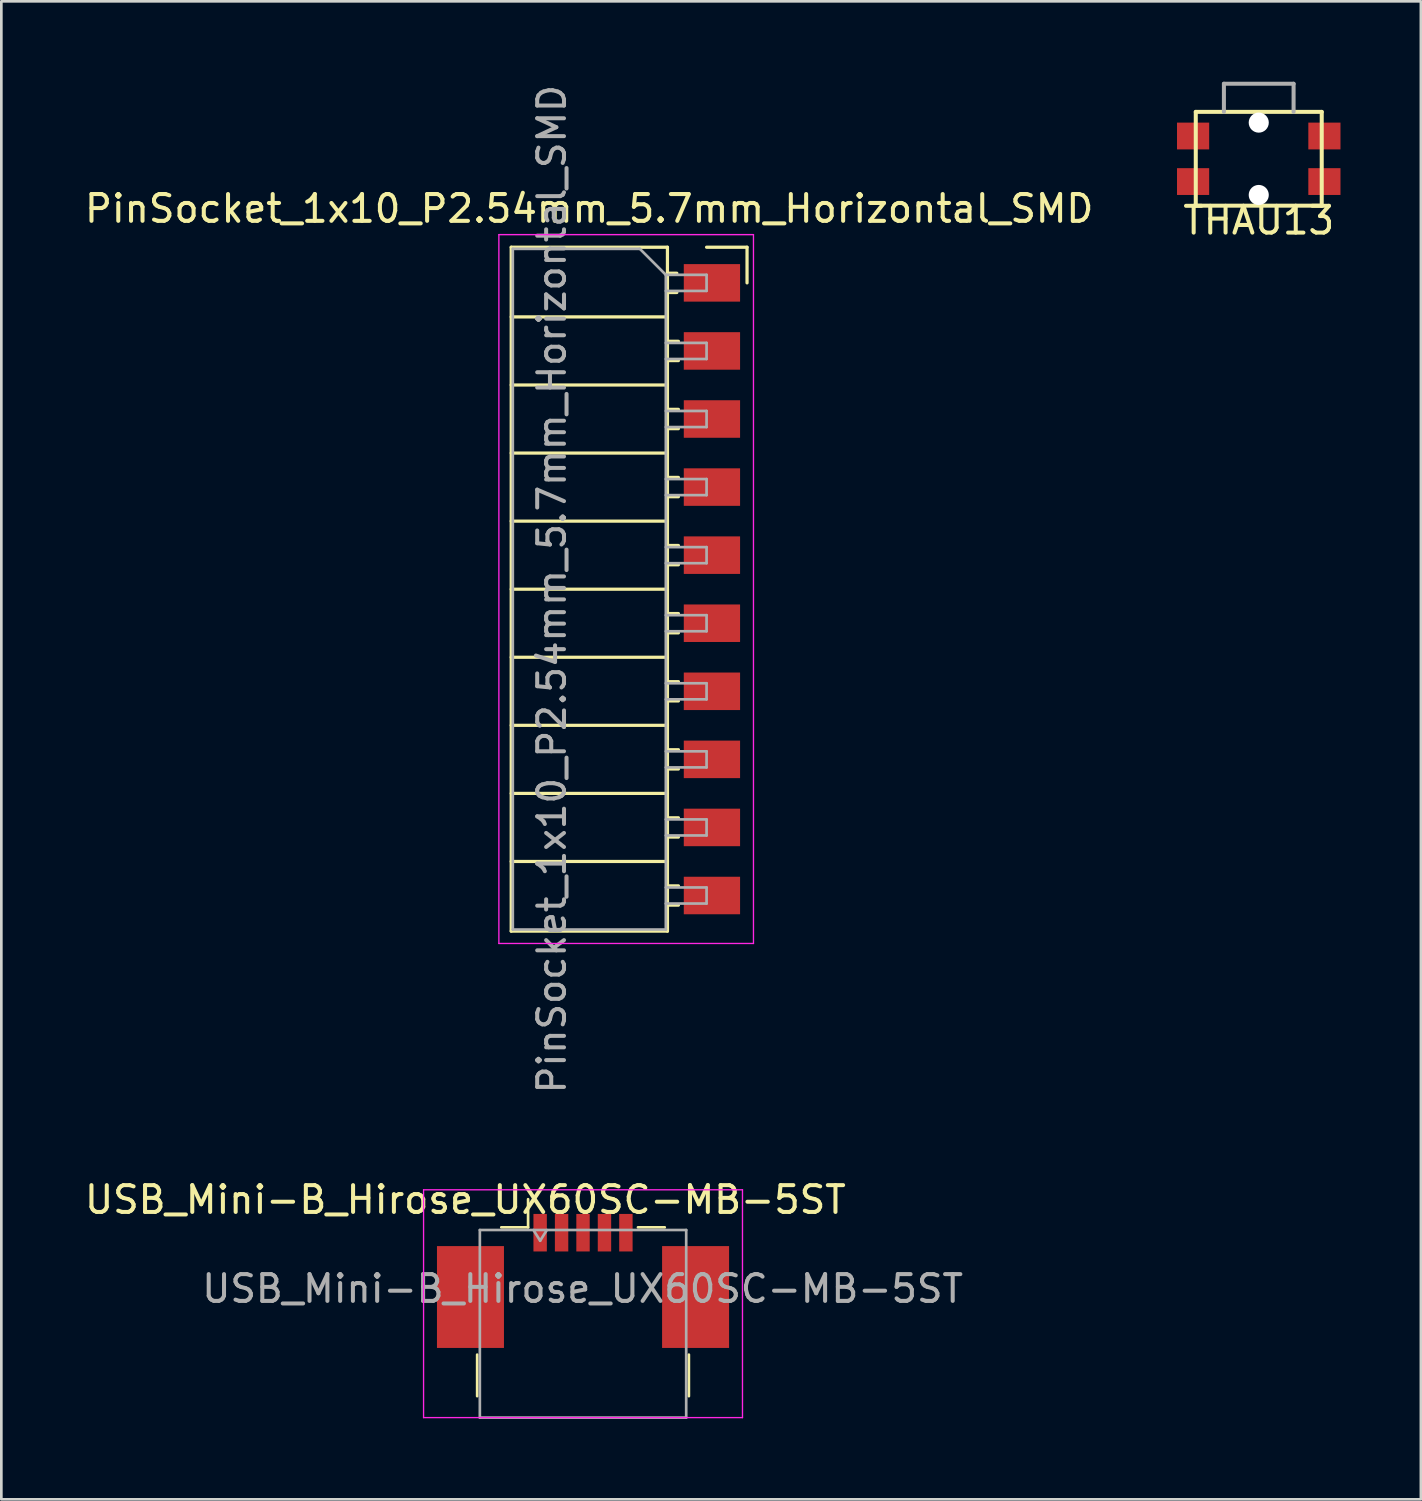
<source format=kicad_pcb>
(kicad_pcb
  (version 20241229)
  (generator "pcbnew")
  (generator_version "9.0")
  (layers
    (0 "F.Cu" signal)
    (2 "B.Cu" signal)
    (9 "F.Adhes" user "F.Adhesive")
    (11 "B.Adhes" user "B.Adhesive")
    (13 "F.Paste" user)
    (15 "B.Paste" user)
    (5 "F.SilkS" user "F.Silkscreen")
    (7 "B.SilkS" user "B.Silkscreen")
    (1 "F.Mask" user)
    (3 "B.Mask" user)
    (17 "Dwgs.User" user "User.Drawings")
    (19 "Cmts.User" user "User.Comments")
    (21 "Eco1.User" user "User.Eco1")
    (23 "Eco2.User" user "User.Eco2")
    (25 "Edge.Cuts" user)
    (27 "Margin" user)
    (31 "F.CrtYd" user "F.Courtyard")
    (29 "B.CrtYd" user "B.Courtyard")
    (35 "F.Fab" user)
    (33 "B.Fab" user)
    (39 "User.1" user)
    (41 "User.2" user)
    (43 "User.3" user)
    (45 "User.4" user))
  (footprint "USB_Mini-B_Hirose_UX60SC-MB-5ST"
    (layer "F.Cu")
    (at 18.705 42.947)
    (property "Reference" "USB_Mini-B_Hirose_UX60SC-MB-5ST" (at -4.39 -1.23 0) (layer "F.SilkS") (effects (font (size 1 1) (thickness 0.15))))
    (attr smd)
    (fp_line (start -3.95 4.55) (end -3.95 6.1) (stroke (width 0.1) (type solid)) (layer "F.SilkS"))
    (fp_line (start -2.05 -1.25) (end -2.05 -0.2) (stroke (width 0.1) (type solid)) (layer "F.SilkS"))
    (fp_line (start -2.05 -0.2) (end -3.05 -0.2) (stroke (width 0.1) (type solid)) (layer "F.SilkS"))
    (fp_line (start 2.05 -0.2) (end 3.05 -0.2) (stroke (width 0.1) (type solid)) (layer "F.SilkS"))
    (fp_line (start 3.95 6.1) (end 3.95 4.55) (stroke (width 0.1) (type solid)) (layer "F.SilkS"))
    (fp_line (start -5.95 -1.6) (end 5.95 -1.6) (stroke (width 0.05) (type solid)) (layer "F.CrtYd"))
    (fp_line (start -5.95 6.9) (end -5.95 -1.6) (stroke (width 0.05) (type solid)) (layer "F.CrtYd"))
    (fp_line (start 5.95 -1.6) (end 5.95 6.9) (stroke (width 0.05) (type solid)) (layer "F.CrtYd"))
    (fp_line (start 5.95 6.9) (end -5.95 6.9) (stroke (width 0.05) (type solid)) (layer "F.CrtYd"))
    (fp_line (start -3.85 -0.1) (end -3.85 6.9) (stroke (width 0.1) (type solid)) (layer "F.Fab"))
    (fp_line (start -3.85 6.9) (end 3.85 6.9) (stroke (width 0.1) (type solid)) (layer "F.Fab"))
    (fp_line (start -1.6 0.3) (end -1.85 -0.1) (stroke (width 0.1) (type solid)) (layer "F.Fab"))
    (fp_line (start -1.35 -0.1) (end -1.6 0.3) (stroke (width 0.1) (type solid)) (layer "F.Fab"))
    (fp_line (start 3.85 -0.1) (end -3.85 -0.1) (stroke (width 0.1) (type solid)) (layer "F.Fab"))
    (fp_line (start 3.85 6.9) (end 3.85 -0.1) (stroke (width 0.1) (type solid)) (layer "F.Fab"))
    (fp_text user "${REFERENCE}" (at -0.015 2.09 0) (layer "F.Fab") (effects (font (size 1 1) (thickness 0.15))))
    (pad "1" smd rect (at -1.6 0) (size 0.5 1.4) (layers "F.Cu" "F.Mask" "F.Paste"))
    (pad "2" smd rect (at -0.8 0) (size 0.5 1.4) (layers "F.Cu" "F.Mask" "F.Paste"))
    (pad "3" smd rect (at 0 0) (size 0.5 1.4) (layers "F.Cu" "F.Mask" "F.Paste"))
    (pad "4" smd rect (at 0.8 0) (size 0.5 1.4) (layers "F.Cu" "F.Mask" "F.Paste"))
    (pad "5" smd rect (at 1.6 0) (size 0.5 1.4) (layers "F.Cu" "F.Mask" "F.Paste"))
    (pad "6" smd rect (at -4.2 2.4) (size 2.5 3.8) (layers "F.Cu" "F.Mask" "F.Paste"))
    (pad "6" smd rect (at 4.2 2.4) (size 2.5 3.8) (layers "F.Cu" "F.Mask" "F.Paste")))
  (footprint "PinSocket_1x10_P2.54mm_5.7mm_Horizontal_SMD"
    (layer "F.Cu")
    (at 23.315 7.505)
    (property "Reference" "PinSocket_1x10_P2.54mm_5.7mm_Horizontal_SMD" (at -4.38 -2.77 0) (layer "F.SilkS") (effects (font (size 1 1) (thickness 0.15))))
    (attr through_hole)
    (fp_line (start -7.29 -1.33) (end -7.29 24.19) (stroke (width 0.12) (type solid)) (layer "F.SilkS"))
    (fp_line (start -7.29 -1.33) (end -1.46 -1.33) (stroke (width 0.12) (type solid)) (layer "F.SilkS"))
    (fp_line (start -7.29 1.27) (end -1.46 1.27) (stroke (width 0.12) (type solid)) (layer "F.SilkS"))
    (fp_line (start -7.29 3.81) (end -1.46 3.81) (stroke (width 0.12) (type solid)) (layer "F.SilkS"))
    (fp_line (start -7.29 6.35) (end -1.46 6.35) (stroke (width 0.12) (type solid)) (layer "F.SilkS"))
    (fp_line (start -7.29 8.89) (end -1.46 8.89) (stroke (width 0.12) (type solid)) (layer "F.SilkS"))
    (fp_line (start -7.29 11.43) (end -1.46 11.43) (stroke (width 0.12) (type solid)) (layer "F.SilkS"))
    (fp_line (start -7.29 13.97) (end -1.46 13.97) (stroke (width 0.12) (type solid)) (layer "F.SilkS"))
    (fp_line (start -7.29 16.51) (end -1.46 16.51) (stroke (width 0.12) (type solid)) (layer "F.SilkS"))
    (fp_line (start -7.29 19.05) (end -1.46 19.05) (stroke (width 0.12) (type solid)) (layer "F.SilkS"))
    (fp_line (start -7.29 21.59) (end -1.46 21.59) (stroke (width 0.12) (type solid)) (layer "F.SilkS"))
    (fp_line (start -7.29 24.19) (end -1.46 24.19) (stroke (width 0.12) (type solid)) (layer "F.SilkS"))
    (fp_line (start -1.46 -1.33) (end -1.46 24.19) (stroke (width 0.12) (type solid)) (layer "F.SilkS"))
    (fp_line (start -1.46 -0.36) (end -1.11 -0.36) (stroke (width 0.12) (type solid)) (layer "F.SilkS"))
    (fp_line (start -1.46 0.36) (end -1.11 0.36) (stroke (width 0.12) (type solid)) (layer "F.SilkS"))
    (fp_line (start -1.46 2.18) (end -1.05 2.18) (stroke (width 0.12) (type solid)) (layer "F.SilkS"))
    (fp_line (start -1.46 2.9) (end -1.05 2.9) (stroke (width 0.12) (type solid)) (layer "F.SilkS"))
    (fp_line (start -1.46 4.72) (end -1.05 4.72) (stroke (width 0.12) (type solid)) (layer "F.SilkS"))
    (fp_line (start -1.46 5.44) (end -1.05 5.44) (stroke (width 0.12) (type solid)) (layer "F.SilkS"))
    (fp_line (start -1.46 7.26) (end -1.05 7.26) (stroke (width 0.12) (type solid)) (layer "F.SilkS"))
    (fp_line (start -1.46 7.98) (end -1.05 7.98) (stroke (width 0.12) (type solid)) (layer "F.SilkS"))
    (fp_line (start -1.46 9.8) (end -1.05 9.8) (stroke (width 0.12) (type solid)) (layer "F.SilkS"))
    (fp_line (start -1.46 10.52) (end -1.05 10.52) (stroke (width 0.12) (type solid)) (layer "F.SilkS"))
    (fp_line (start -1.46 12.34) (end -1.05 12.34) (stroke (width 0.12) (type solid)) (layer "F.SilkS"))
    (fp_line (start -1.46 13.06) (end -1.05 13.06) (stroke (width 0.12) (type solid)) (layer "F.SilkS"))
    (fp_line (start -1.46 14.88) (end -1.05 14.88) (stroke (width 0.12) (type solid)) (layer "F.SilkS"))
    (fp_line (start -1.46 15.6) (end -1.05 15.6) (stroke (width 0.12) (type solid)) (layer "F.SilkS"))
    (fp_line (start -1.46 17.42) (end -1.05 17.42) (stroke (width 0.12) (type solid)) (layer "F.SilkS"))
    (fp_line (start -1.46 18.14) (end -1.05 18.14) (stroke (width 0.12) (type solid)) (layer "F.SilkS"))
    (fp_line (start -1.46 19.96) (end -1.05 19.96) (stroke (width 0.12) (type solid)) (layer "F.SilkS"))
    (fp_line (start -1.46 20.68) (end -1.05 20.68) (stroke (width 0.12) (type solid)) (layer "F.SilkS"))
    (fp_line (start -1.46 22.5) (end -1.05 22.5) (stroke (width 0.12) (type solid)) (layer "F.SilkS"))
    (fp_line (start -1.46 23.22) (end -1.05 23.22) (stroke (width 0.12) (type solid)) (layer "F.SilkS"))
    (fp_line (start 0 -1.33) (end 1.51 -1.33) (stroke (width 0.12) (type solid)) (layer "F.SilkS"))
    (fp_line (start 1.51 -1.33) (end 1.51 0) (stroke (width 0.12) (type solid)) (layer "F.SilkS"))
    (fp_line (start -7.75 -1.8) (end -7.75 24.65) (stroke (width 0.05) (type solid)) (layer "F.CrtYd"))
    (fp_line (start -7.75 24.65) (end 1.75 24.65) (stroke (width 0.05) (type solid)) (layer "F.CrtYd"))
    (fp_line (start 1.75 -1.8) (end -7.75 -1.8) (stroke (width 0.05) (type solid)) (layer "F.CrtYd"))
    (fp_line (start 1.75 24.65) (end 1.75 -1.8) (stroke (width 0.05) (type solid)) (layer "F.CrtYd"))
    (fp_line (start -7.23 -1.27) (end -2.49 -1.27) (stroke (width 0.1) (type solid)) (layer "F.Fab"))
    (fp_line (start -7.23 24.13) (end -7.23 -1.27) (stroke (width 0.1) (type solid)) (layer "F.Fab"))
    (fp_line (start -2.49 -1.27) (end -1.52 -0.3) (stroke (width 0.1) (type solid)) (layer "F.Fab"))
    (fp_line (start -1.52 -0.3) (end -1.52 24.13) (stroke (width 0.1) (type solid)) (layer "F.Fab"))
    (fp_line (start -1.52 0.3) (end 0 0.3) (stroke (width 0.1) (type solid)) (layer "F.Fab"))
    (fp_line (start -1.52 2.84) (end 0 2.84) (stroke (width 0.1) (type solid)) (layer "F.Fab"))
    (fp_line (start -1.52 5.38) (end 0 5.38) (stroke (width 0.1) (type solid)) (layer "F.Fab"))
    (fp_line (start -1.52 7.92) (end 0 7.92) (stroke (width 0.1) (type solid)) (layer "F.Fab"))
    (fp_line (start -1.52 10.46) (end 0 10.46) (stroke (width 0.1) (type solid)) (layer "F.Fab"))
    (fp_line (start -1.52 13) (end 0 13) (stroke (width 0.1) (type solid)) (layer "F.Fab"))
    (fp_line (start -1.52 15.54) (end 0 15.54) (stroke (width 0.1) (type solid)) (layer "F.Fab"))
    (fp_line (start -1.52 18.08) (end 0 18.08) (stroke (width 0.1) (type solid)) (layer "F.Fab"))
    (fp_line (start -1.52 20.62) (end 0 20.62) (stroke (width 0.1) (type solid)) (layer "F.Fab"))
    (fp_line (start -1.52 23.16) (end 0 23.16) (stroke (width 0.1) (type solid)) (layer "F.Fab"))
    (fp_line (start -1.52 24.13) (end -7.23 24.13) (stroke (width 0.1) (type solid)) (layer "F.Fab"))
    (fp_line (start 0 -0.3) (end -1.52 -0.3) (stroke (width 0.1) (type solid)) (layer "F.Fab"))
    (fp_line (start 0 0.3) (end 0 -0.3) (stroke (width 0.1) (type solid)) (layer "F.Fab"))
    (fp_line (start 0 2.24) (end -1.52 2.24) (stroke (width 0.1) (type solid)) (layer "F.Fab"))
    (fp_line (start 0 2.84) (end 0 2.24) (stroke (width 0.1) (type solid)) (layer "F.Fab"))
    (fp_line (start 0 4.78) (end -1.52 4.78) (stroke (width 0.1) (type solid)) (layer "F.Fab"))
    (fp_line (start 0 5.38) (end 0 4.78) (stroke (width 0.1) (type solid)) (layer "F.Fab"))
    (fp_line (start 0 7.32) (end -1.52 7.32) (stroke (width 0.1) (type solid)) (layer "F.Fab"))
    (fp_line (start 0 7.92) (end 0 7.32) (stroke (width 0.1) (type solid)) (layer "F.Fab"))
    (fp_line (start 0 9.86) (end -1.52 9.86) (stroke (width 0.1) (type solid)) (layer "F.Fab"))
    (fp_line (start 0 10.46) (end 0 9.86) (stroke (width 0.1) (type solid)) (layer "F.Fab"))
    (fp_line (start 0 12.4) (end -1.52 12.4) (stroke (width 0.1) (type solid)) (layer "F.Fab"))
    (fp_line (start 0 13) (end 0 12.4) (stroke (width 0.1) (type solid)) (layer "F.Fab"))
    (fp_line (start 0 14.94) (end -1.52 14.94) (stroke (width 0.1) (type solid)) (layer "F.Fab"))
    (fp_line (start 0 15.54) (end 0 14.94) (stroke (width 0.1) (type solid)) (layer "F.Fab"))
    (fp_line (start 0 17.48) (end -1.52 17.48) (stroke (width 0.1) (type solid)) (layer "F.Fab"))
    (fp_line (start 0 18.08) (end 0 17.48) (stroke (width 0.1) (type solid)) (layer "F.Fab"))
    (fp_line (start 0 20.02) (end -1.52 20.02) (stroke (width 0.1) (type solid)) (layer "F.Fab"))
    (fp_line (start 0 20.62) (end 0 20.02) (stroke (width 0.1) (type solid)) (layer "F.Fab"))
    (fp_line (start 0 22.56) (end -1.52 22.56) (stroke (width 0.1) (type solid)) (layer "F.Fab"))
    (fp_line (start 0 23.16) (end 0 22.56) (stroke (width 0.1) (type solid)) (layer "F.Fab"))
    (fp_text user "${REFERENCE}" (at -5.775 11.43 90) (layer "F.Fab") (effects (font (size 1 1) (thickness 0.15))))
    (pad "1" smd rect (at 0.2 0) (size 2.1 1.4) (layers "F.Cu" "F.Mask" "F.Paste"))
    (pad "2" smd rect (at 0.2 2.54) (size 2.1 1.4) (layers "F.Cu" "F.Mask" "F.Paste"))
    (pad "3" smd rect (at 0.2 5.08) (size 2.1 1.4) (layers "F.Cu" "F.Mask" "F.Paste"))
    (pad "4" smd rect (at 0.2 7.62) (size 2.1 1.4) (layers "F.Cu" "F.Mask" "F.Paste"))
    (pad "5" smd rect (at 0.2 10.16) (size 2.1 1.4) (layers "F.Cu" "F.Mask" "F.Paste"))
    (pad "6" smd rect (at 0.2 12.7) (size 2.1 1.4) (layers "F.Cu" "F.Mask" "F.Paste"))
    (pad "7" smd rect (at 0.2 15.24) (size 2.1 1.4) (layers "F.Cu" "F.Mask" "F.Paste"))
    (pad "8" smd rect (at 0.2 17.78) (size 2.1 1.4) (layers "F.Cu" "F.Mask" "F.Paste"))
    (pad "9" smd rect (at 0.2 20.32) (size 2.1 1.4) (layers "F.Cu" "F.Mask" "F.Paste"))
    (pad "10" smd rect (at 0.2 22.86) (size 2.1 1.4) (layers "F.Cu" "F.Mask" "F.Paste")))
  (footprint "THAU13"
    (layer "F.Cu")
    (at 43.919 2.875)
    (property "Reference" "THAU13" (at 0 2.3 0) (layer "F.SilkS") (effects (font (size 1 1) (thickness 0.15))))
    (attr through_hole)
    (fp_line (start -2.35 -1.75) (end 2.35 -1.75) (stroke (width 0.15) (type solid)) (layer "F.SilkS"))
    (fp_line (start -2.35 1.75) (end -2.35 -1.75) (stroke (width 0.15) (type solid)) (layer "F.SilkS"))
    (fp_line (start 2.35 -1.75) (end 2.35 1.75) (stroke (width 0.15) (type solid)) (layer "F.SilkS"))
    (fp_line (start 2.35 1.75) (end -2.35 1.75) (stroke (width 0.15) (type solid)) (layer "F.SilkS"))
    (fp_line (start -1.3 -2.8) (end 1.3 -2.8) (stroke (width 0.15) (type solid)) (layer "F.Fab"))
    (fp_line (start -1.3 -1.75) (end -1.3 -2.8) (stroke (width 0.15) (type solid)) (layer "F.Fab"))
    (fp_line (start 1.3 -2.8) (end 1.3 -1.75) (stroke (width 0.15) (type solid)) (layer "F.Fab"))
    (pad "" np_thru_hole circle (at 0 -1.35) (size 0.75 0.75) (drill 0.75) (layers "*.Cu" "*.Mask"))
    (pad "" np_thru_hole circle (at 0 1.35) (size 0.75 0.75) (drill 0.75) (layers "*.Cu" "*.Mask"))
    (pad "1" smd rect (at -2.45 -0.85) (size 1.2 1) (layers "F.Cu" "F.Mask" "F.Paste"))
    (pad "1" smd rect (at 2.45 -0.85) (size 1.2 1) (layers "F.Cu" "F.Mask" "F.Paste"))
    (pad "2" smd rect (at -2.45 0.85) (size 1.2 1) (layers "F.Cu" "F.Mask" "F.Paste"))
    (pad "2" smd rect (at 2.45 0.85) (size 1.2 1) (layers "F.Cu" "F.Mask" "F.Paste")))
  (gr_rect
    (start -3 -3)
    (end 49.969 52.897)
    (stroke (width 0.1) (type default))
    (fill no)
    (layer "Edge.Cuts")))
</source>
